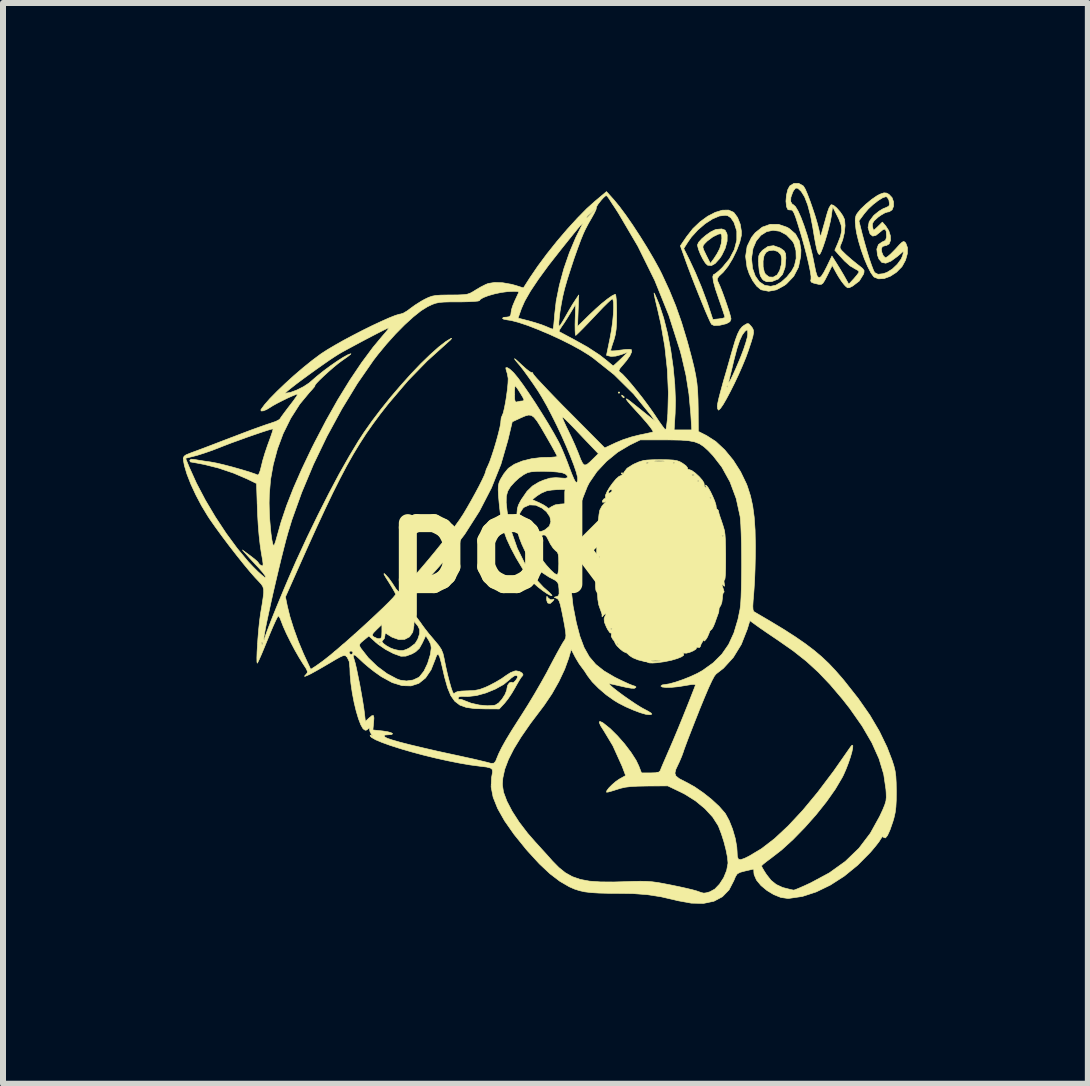
<source format=kicad_pcb>
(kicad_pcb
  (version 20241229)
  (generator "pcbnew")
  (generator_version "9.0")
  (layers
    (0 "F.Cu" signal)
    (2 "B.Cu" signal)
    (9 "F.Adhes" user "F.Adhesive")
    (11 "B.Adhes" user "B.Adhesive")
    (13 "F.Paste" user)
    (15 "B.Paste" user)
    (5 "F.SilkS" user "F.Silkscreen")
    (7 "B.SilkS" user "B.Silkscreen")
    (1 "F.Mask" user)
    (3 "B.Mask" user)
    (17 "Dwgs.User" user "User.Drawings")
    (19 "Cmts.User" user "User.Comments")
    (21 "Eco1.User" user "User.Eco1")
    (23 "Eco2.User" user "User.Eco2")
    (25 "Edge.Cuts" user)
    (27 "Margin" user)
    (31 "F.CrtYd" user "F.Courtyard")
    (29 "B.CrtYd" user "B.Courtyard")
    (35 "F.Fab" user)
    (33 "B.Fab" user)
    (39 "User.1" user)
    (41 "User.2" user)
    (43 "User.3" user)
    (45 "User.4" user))
  (footprint "poke"
    (layer "F.Cu")
    (at 6.031 5.993)
    (property "Reference" "poke" (at 0 0 0) (layer "F.SilkS") (effects (font (size 1.524 1.524) (thickness 0.3))))
    (attr through_hole)
    (fp_poly (pts (xy 1.245 -2.502) (xy 1.232 -2.489) (xy 1.219 -2.502) (xy 1.232 -2.515) (xy 1.245 -2.502)) (stroke (width 0.01) (type solid)) (fill yes) (layer "F.SilkS"))
    (fp_poly (pts (xy 1.295 -1.156) (xy 1.283 -1.143) (xy 1.27 -1.156) (xy 1.283 -1.168) (xy 1.295 -1.156)) (stroke (width 0.01) (type solid)) (fill yes) (layer "F.SilkS"))
    (fp_poly (pts (xy 1.291 -2.454) (xy 1.319 -2.43) (xy 1.321 -2.424) (xy 1.309 -2.414) (xy 1.284 -2.437) (xy 1.28 -2.442) (xy 1.277 -2.46) (xy 1.291 -2.454)) (stroke (width 0.01) (type solid)) (fill yes) (layer "F.SilkS"))
    (fp_poly (pts (xy 0.044 0.905) (xy 0.052 0.92) (xy 0.093 0.95) (xy 0.121 0.947) (xy 0.15 0.939) (xy 0.142 0.959) (xy 0.13 0.973) (xy 0.086 1.012) (xy 0.05 1.006) (xy 0.042 0.999) (xy 0.029 0.962) (xy 0.026 0.929) (xy 0.03 0.893) (xy 0.044 0.905)) (stroke (width 0.01) (type solid)) (fill yes) (layer "F.SilkS"))
    (fp_poly (pts (xy 3.911 -4.914) (xy 3.931 -4.902) (xy 3.984 -4.863) (xy 4.008 -4.817) (xy 4.013 -4.744) (xy 4.013 -4.744) (xy 3.999 -4.587) (xy 3.957 -4.471) (xy 3.886 -4.394) (xy 3.785 -4.354) (xy 3.767 -4.351) (xy 3.693 -4.349) (xy 3.643 -4.372) (xy 3.62 -4.394) (xy 3.588 -4.446) (xy 3.569 -4.527) (xy 3.56 -4.624) (xy 3.557 -4.693) (xy 3.633 -4.693) (xy 3.634 -4.597) (xy 3.653 -4.512) (xy 3.672 -4.476) (xy 3.731 -4.429) (xy 3.802 -4.425) (xy 3.867 -4.463) (xy 3.868 -4.464) (xy 3.91 -4.536) (xy 3.936 -4.632) (xy 3.944 -4.728) (xy 3.929 -4.8) (xy 3.879 -4.852) (xy 3.806 -4.875) (xy 3.728 -4.865) (xy 3.681 -4.837) (xy 3.648 -4.779) (xy 3.633 -4.693) (xy 3.557 -4.693) (xy 3.556 -4.718) (xy 3.561 -4.778) (xy 3.579 -4.82) (xy 3.613 -4.862) (xy 3.627 -4.876) (xy 3.715 -4.937) (xy 3.808 -4.95) (xy 3.911 -4.914)) (stroke (width 0.01) (type solid)) (fill yes) (layer "F.SilkS"))
    (fp_poly (pts (xy 2.999 -5.209) (xy 3.028 -5.156) (xy 3.035 -5.126) (xy 3.034 -5.025) (xy 3.002 -4.907) (xy 2.945 -4.789) (xy 2.907 -4.733) (xy 2.835 -4.653) (xy 2.773 -4.618) (xy 2.712 -4.624) (xy 2.705 -4.627) (xy 2.671 -4.661) (xy 2.629 -4.728) (xy 2.588 -4.81) (xy 2.556 -4.891) (xy 2.548 -4.924) (xy 2.63 -4.924) (xy 2.643 -4.88) (xy 2.678 -4.807) (xy 2.684 -4.794) (xy 2.755 -4.654) (xy 2.814 -4.734) (xy 2.865 -4.813) (xy 2.908 -4.895) (xy 2.91 -4.899) (xy 2.936 -4.985) (xy 2.946 -5.072) (xy 2.946 -5.072) (xy 2.943 -5.13) (xy 2.926 -5.149) (xy 2.889 -5.142) (xy 2.798 -5.098) (xy 2.704 -5.028) (xy 2.66 -4.984) (xy 2.636 -4.954) (xy 2.63 -4.924) (xy 2.548 -4.924) (xy 2.54 -4.955) (xy 2.54 -4.963) (xy 2.56 -5.007) (xy 2.612 -5.065) (xy 2.683 -5.125) (xy 2.76 -5.179) (xy 2.831 -5.214) (xy 2.855 -5.221) (xy 2.944 -5.229) (xy 2.999 -5.209)) (stroke (width 0.01) (type solid)) (fill yes) (layer "F.SilkS"))
    (fp_poly (pts (xy 3.892 -5.305) (xy 4.033 -5.256) (xy 4.069 -5.235) (xy 4.174 -5.144) (xy 4.238 -5.027) (xy 4.264 -4.881) (xy 4.26 -4.774) (xy 4.223 -4.592) (xy 4.144 -4.44) (xy 4.023 -4.313) (xy 3.987 -4.286) (xy 3.854 -4.214) (xy 3.726 -4.19) (xy 3.609 -4.213) (xy 3.594 -4.219) (xy 3.528 -4.274) (xy 3.461 -4.365) (xy 3.403 -4.479) (xy 3.365 -4.592) (xy 3.348 -4.724) (xy 3.442 -4.724) (xy 3.458 -4.571) (xy 3.503 -4.444) (xy 3.571 -4.348) (xy 3.658 -4.29) (xy 3.759 -4.273) (xy 3.845 -4.291) (xy 3.936 -4.344) (xy 4.029 -4.428) (xy 4.108 -4.526) (xy 4.155 -4.611) (xy 4.184 -4.737) (xy 4.181 -4.867) (xy 4.148 -4.981) (xy 4.122 -5.026) (xy 4.02 -5.131) (xy 3.91 -5.19) (xy 3.798 -5.206) (xy 3.692 -5.183) (xy 3.596 -5.122) (xy 3.518 -5.027) (xy 3.465 -4.902) (xy 3.442 -4.748) (xy 3.442 -4.724) (xy 3.348 -4.724) (xy 3.342 -4.772) (xy 3.367 -4.938) (xy 3.441 -5.089) (xy 3.502 -5.165) (xy 3.62 -5.259) (xy 3.752 -5.306) (xy 3.892 -5.305)) (stroke (width 0.01) (type solid)) (fill yes) (layer "F.SilkS"))
    (fp_poly (pts (xy 3.396 -3.648) (xy 3.432 -3.609) (xy 3.432 -3.609) (xy 3.458 -3.575) (xy 3.472 -3.541) (xy 3.474 -3.499) (xy 3.463 -3.439) (xy 3.437 -3.351) (xy 3.395 -3.225) (xy 3.391 -3.211) (xy 3.346 -3.087) (xy 3.289 -2.949) (xy 3.225 -2.803) (xy 3.157 -2.659) (xy 3.089 -2.523) (xy 3.025 -2.402) (xy 2.969 -2.305) (xy 2.923 -2.238) (xy 2.893 -2.21) (xy 2.89 -2.21) (xy 2.875 -2.232) (xy 2.87 -2.275) (xy 2.877 -2.323) (xy 2.896 -2.408) (xy 2.925 -2.52) (xy 2.948 -2.603) (xy 3.023 -2.603) (xy 3.035 -2.591) (xy 3.048 -2.603) (xy 3.035 -2.616) (xy 3.023 -2.603) (xy 2.948 -2.603) (xy 2.96 -2.648) (xy 2.965 -2.665) (xy 3.058 -2.665) (xy 3.071 -2.679) (xy 3.098 -2.728) (xy 3.135 -2.805) (xy 3.181 -2.907) (xy 3.231 -3.025) (xy 3.266 -3.11) (xy 3.311 -3.229) (xy 3.347 -3.339) (xy 3.371 -3.427) (xy 3.378 -3.476) (xy 3.376 -3.533) (xy 3.365 -3.547) (xy 3.336 -3.526) (xy 3.33 -3.521) (xy 3.287 -3.464) (xy 3.243 -3.37) (xy 3.198 -3.235) (xy 3.15 -3.054) (xy 3.138 -3.004) (xy 3.111 -2.891) (xy 3.086 -2.791) (xy 3.068 -2.717) (xy 3.062 -2.692) (xy 3.058 -2.665) (xy 2.965 -2.665) (xy 2.971 -2.688) (xy 3.014 -2.834) (xy 3.056 -2.981) (xy 3.094 -3.115) (xy 3.123 -3.217) (xy 3.126 -3.226) (xy 3.169 -3.371) (xy 3.207 -3.475) (xy 3.243 -3.547) (xy 3.282 -3.596) (xy 3.317 -3.623) (xy 3.366 -3.651) (xy 3.396 -3.648)) (stroke (width 0.01) (type solid)) (fill yes) (layer "F.SilkS"))
    (fp_poly (pts (xy 3.14 -5.507) (xy 3.147 -5.501) (xy 3.208 -5.419) (xy 3.252 -5.308) (xy 3.272 -5.188) (xy 3.271 -5.12) (xy 3.244 -5.005) (xy 3.192 -4.87) (xy 3.124 -4.731) (xy 3.048 -4.606) (xy 2.971 -4.51) (xy 2.959 -4.498) (xy 2.899 -4.442) (xy 2.872 -4.404) (xy 2.871 -4.372) (xy 2.89 -4.33) (xy 2.891 -4.328) (xy 2.919 -4.266) (xy 2.955 -4.175) (xy 2.994 -4.068) (xy 3.032 -3.958) (xy 3.066 -3.856) (xy 3.089 -3.776) (xy 3.099 -3.73) (xy 3.099 -3.728) (xy 3.08 -3.683) (xy 3.022 -3.65) (xy 2.918 -3.625) (xy 2.905 -3.623) (xy 2.818 -3.619) (xy 2.775 -3.639) (xy 2.754 -3.677) (xy 2.719 -3.754) (xy 2.672 -3.862) (xy 2.618 -3.994) (xy 2.558 -4.141) (xy 2.497 -4.294) (xy 2.438 -4.446) (xy 2.384 -4.589) (xy 2.361 -4.651) (xy 2.271 -4.902) (xy 2.311 -4.902) (xy 2.399 -4.727) (xy 2.504 -4.503) (xy 2.608 -4.255) (xy 2.701 -4.006) (xy 2.729 -3.924) (xy 2.796 -3.72) (xy 2.896 -3.73) (xy 2.96 -3.74) (xy 2.995 -3.753) (xy 2.997 -3.758) (xy 2.989 -3.787) (xy 2.967 -3.855) (xy 2.935 -3.95) (xy 2.896 -4.061) (xy 2.839 -4.229) (xy 2.805 -4.353) (xy 2.795 -4.432) (xy 2.806 -4.468) (xy 2.815 -4.47) (xy 2.843 -4.487) (xy 2.895 -4.53) (xy 2.954 -4.586) (xy 3.073 -4.73) (xy 3.154 -4.884) (xy 3.195 -5.041) (xy 3.195 -5.193) (xy 3.15 -5.333) (xy 3.142 -5.347) (xy 3.095 -5.415) (xy 3.046 -5.448) (xy 3.005 -5.456) (xy 2.905 -5.444) (xy 2.79 -5.395) (xy 2.667 -5.316) (xy 2.547 -5.213) (xy 2.438 -5.093) (xy 2.377 -5.006) (xy 2.311 -4.902) (xy 2.271 -4.902) (xy 2.255 -4.947) (xy 2.359 -5.1) (xy 2.464 -5.234) (xy 2.584 -5.348) (xy 2.71 -5.44) (xy 2.836 -5.505) (xy 2.955 -5.541) (xy 3.058 -5.543) (xy 3.14 -5.507)) (stroke (width 0.01) (type solid)) (fill yes) (layer "F.SilkS"))
    (fp_poly (pts (xy 5.691 -5.826) (xy 5.73 -5.805) (xy 5.782 -5.75) (xy 5.807 -5.679) (xy 5.807 -5.607) (xy 5.783 -5.547) (xy 5.734 -5.514) (xy 5.712 -5.512) (xy 5.662 -5.496) (xy 5.593 -5.456) (xy 5.549 -5.424) (xy 5.485 -5.366) (xy 5.456 -5.321) (xy 5.454 -5.276) (xy 5.455 -5.272) (xy 5.467 -5.223) (xy 5.476 -5.207) (xy 5.497 -5.223) (xy 5.54 -5.263) (xy 5.552 -5.275) (xy 5.621 -5.343) (xy 5.679 -5.275) (xy 5.728 -5.198) (xy 5.754 -5.114) (xy 5.756 -5.038) (xy 5.734 -4.98) (xy 5.689 -4.953) (xy 5.68 -4.953) (xy 5.634 -4.94) (xy 5.619 -4.932) (xy 5.604 -4.896) (xy 5.611 -4.841) (xy 5.634 -4.785) (xy 5.666 -4.752) (xy 5.677 -4.75) (xy 5.709 -4.768) (xy 5.763 -4.815) (xy 5.829 -4.882) (xy 5.842 -4.896) (xy 5.908 -4.969) (xy 5.95 -5.008) (xy 5.976 -5.02) (xy 5.996 -5.009) (xy 6.011 -4.991) (xy 6.039 -4.916) (xy 6.037 -4.817) (xy 6.007 -4.71) (xy 5.953 -4.61) (xy 5.942 -4.595) (xy 5.853 -4.505) (xy 5.752 -4.44) (xy 5.65 -4.402) (xy 5.557 -4.397) (xy 5.484 -4.426) (xy 5.475 -4.434) (xy 5.428 -4.5) (xy 5.375 -4.604) (xy 5.32 -4.733) (xy 5.269 -4.876) (xy 5.225 -5.022) (xy 5.192 -5.157) (xy 5.18 -5.23) (xy 5.169 -5.332) (xy 5.169 -5.363) (xy 5.23 -5.363) (xy 5.283 -5.151) (xy 5.322 -5.007) (xy 5.363 -4.864) (xy 5.403 -4.732) (xy 5.441 -4.621) (xy 5.472 -4.541) (xy 5.492 -4.502) (xy 5.548 -4.473) (xy 5.635 -4.483) (xy 5.697 -4.505) (xy 5.786 -4.56) (xy 5.87 -4.64) (xy 5.934 -4.728) (xy 5.959 -4.787) (xy 5.977 -4.862) (xy 5.87 -4.77) (xy 5.763 -4.692) (xy 5.678 -4.658) (xy 5.612 -4.67) (xy 5.563 -4.728) (xy 5.539 -4.793) (xy 5.528 -4.893) (xy 5.555 -4.968) (xy 5.615 -5.011) (xy 5.624 -5.014) (xy 5.673 -5.038) (xy 5.689 -5.089) (xy 5.69 -5.104) (xy 5.685 -5.188) (xy 5.667 -5.225) (xy 5.632 -5.218) (xy 5.585 -5.179) (xy 5.514 -5.122) (xy 5.46 -5.109) (xy 5.419 -5.142) (xy 5.411 -5.155) (xy 5.382 -5.253) (xy 5.401 -5.35) (xy 5.471 -5.446) (xy 5.493 -5.467) (xy 5.565 -5.525) (xy 5.635 -5.567) (xy 5.67 -5.58) (xy 5.727 -5.607) (xy 5.74 -5.64) (xy 5.729 -5.712) (xy 5.7 -5.758) (xy 5.679 -5.766) (xy 5.625 -5.748) (xy 5.551 -5.702) (xy 5.467 -5.637) (xy 5.387 -5.563) (xy 5.323 -5.488) (xy 5.321 -5.486) (xy 5.23 -5.363) (xy 5.169 -5.363) (xy 5.169 -5.4) (xy 5.18 -5.448) (xy 5.201 -5.487) (xy 5.26 -5.559) (xy 5.346 -5.641) (xy 5.443 -5.721) (xy 5.535 -5.784) (xy 5.584 -5.809) (xy 5.647 -5.83) (xy 5.691 -5.826)) (stroke (width 0.01) (type solid)) (fill yes) (layer "F.SilkS"))
    (fp_poly (pts (xy 4.299 -5.948) (xy 4.309 -5.937) (xy 4.336 -5.892) (xy 4.372 -5.808) (xy 4.414 -5.698) (xy 4.458 -5.572) (xy 4.501 -5.442) (xy 4.538 -5.317) (xy 4.565 -5.21) (xy 4.568 -5.194) (xy 4.59 -5.093) (xy 4.632 -5.245) (xy 4.662 -5.35) (xy 4.691 -5.455) (xy 4.707 -5.51) (xy 4.732 -5.579) (xy 4.76 -5.625) (xy 4.77 -5.633) (xy 4.807 -5.622) (xy 4.859 -5.579) (xy 4.914 -5.517) (xy 4.961 -5.449) (xy 4.99 -5.387) (xy 4.992 -5.379) (xy 4.999 -5.281) (xy 4.987 -5.162) (xy 4.959 -5.045) (xy 4.936 -4.987) (xy 4.917 -4.942) (xy 4.916 -4.909) (xy 4.939 -4.873) (xy 4.991 -4.822) (xy 5.017 -4.797) (xy 5.1 -4.724) (xy 5.186 -4.653) (xy 5.234 -4.616) (xy 5.292 -4.569) (xy 5.316 -4.535) (xy 5.313 -4.497) (xy 5.306 -4.475) (xy 5.236 -4.361) (xy 5.127 -4.278) (xy 5.126 -4.277) (xy 5.071 -4.25) (xy 5.04 -4.248) (xy 5.008 -4.274) (xy 4.984 -4.3) (xy 4.941 -4.355) (xy 4.889 -4.434) (xy 4.857 -4.489) (xy 4.785 -4.621) (xy 4.704 -4.456) (xy 4.66 -4.371) (xy 4.629 -4.323) (xy 4.601 -4.304) (xy 4.567 -4.304) (xy 4.553 -4.307) (xy 4.474 -4.326) (xy 4.436 -4.343) (xy 4.426 -4.366) (xy 4.432 -4.394) (xy 4.432 -4.44) (xy 4.419 -4.526) (xy 4.394 -4.645) (xy 4.36 -4.789) (xy 4.318 -4.95) (xy 4.27 -5.121) (xy 4.218 -5.292) (xy 4.212 -5.312) (xy 4.176 -5.424) (xy 4.148 -5.495) (xy 4.125 -5.533) (xy 4.103 -5.546) (xy 4.088 -5.544) (xy 4.048 -5.549) (xy 4.025 -5.596) (xy 4.024 -5.6) (xy 4.015 -5.684) (xy 4.093 -5.684) (xy 4.12 -5.64) (xy 4.136 -5.633) (xy 4.172 -5.601) (xy 4.216 -5.527) (xy 4.265 -5.418) (xy 4.316 -5.282) (xy 4.367 -5.128) (xy 4.414 -4.961) (xy 4.456 -4.79) (xy 4.485 -4.645) (xy 4.511 -4.518) (xy 4.536 -4.441) (xy 4.565 -4.414) (xy 4.6 -4.435) (xy 4.645 -4.504) (xy 4.695 -4.601) (xy 4.78 -4.778) (xy 4.865 -4.643) (xy 4.922 -4.551) (xy 4.977 -4.458) (xy 5.005 -4.408) (xy 5.061 -4.308) (xy 5.147 -4.401) (xy 5.196 -4.459) (xy 5.227 -4.502) (xy 5.232 -4.515) (xy 5.212 -4.538) (xy 5.163 -4.565) (xy 5.082 -4.613) (xy 4.991 -4.694) (xy 4.897 -4.796) (xy 4.828 -4.874) (xy 4.876 -4.984) (xy 4.923 -5.106) (xy 4.943 -5.203) (xy 4.934 -5.292) (xy 4.897 -5.391) (xy 4.874 -5.438) (xy 4.791 -5.601) (xy 4.771 -5.448) (xy 4.756 -5.364) (xy 4.731 -5.26) (xy 4.701 -5.146) (xy 4.667 -5.033) (xy 4.633 -4.932) (xy 4.603 -4.854) (xy 4.579 -4.808) (xy 4.571 -4.801) (xy 4.553 -4.817) (xy 4.533 -4.869) (xy 4.512 -4.961) (xy 4.487 -5.096) (xy 4.462 -5.249) (xy 4.423 -5.455) (xy 4.377 -5.628) (xy 4.325 -5.763) (xy 4.269 -5.853) (xy 4.263 -5.859) (xy 4.212 -5.906) (xy 4.176 -5.91) (xy 4.143 -5.87) (xy 4.128 -5.843) (xy 4.096 -5.755) (xy 4.093 -5.684) (xy 4.015 -5.684) (xy 4.014 -5.69) (xy 4.023 -5.792) (xy 4.045 -5.884) (xy 4.078 -5.945) (xy 4.146 -5.987) (xy 4.226 -5.988) (xy 4.299 -5.948)) (stroke (width 0.01) (type solid)) (fill yes) (layer "F.SilkS"))
    (fp_poly (pts (xy 2.045 -1.383) (xy 2.134 -1.378) (xy 2.197 -1.368) (xy 2.247 -1.35) (xy 2.292 -1.324) (xy 2.347 -1.284) (xy 2.373 -1.251) (xy 2.373 -1.242) (xy 2.381 -1.223) (xy 2.404 -1.219) (xy 2.447 -1.202) (xy 2.505 -1.16) (xy 2.566 -1.104) (xy 2.617 -1.046) (xy 2.648 -0.998) (xy 2.651 -0.977) (xy 2.657 -0.937) (xy 2.669 -0.926) (xy 2.688 -0.921) (xy 2.68 -0.94) (xy 2.673 -0.961) (xy 2.688 -0.955) (xy 2.717 -0.92) (xy 2.756 -0.853) (xy 2.795 -0.771) (xy 2.829 -0.69) (xy 2.849 -0.626) (xy 2.851 -0.603) (xy 2.858 -0.566) (xy 2.868 -0.559) (xy 2.887 -0.539) (xy 2.89 -0.527) (xy 2.899 -0.486) (xy 2.921 -0.417) (xy 2.934 -0.381) (xy 2.963 -0.294) (xy 2.987 -0.213) (xy 2.992 -0.191) (xy 2.999 -0.134) (xy 3.005 -0.045) (xy 3.008 0.065) (xy 3.01 0.187) (xy 3.01 0.31) (xy 3.009 0.425) (xy 3.006 0.521) (xy 3 0.589) (xy 2.994 0.619) (xy 2.992 0.619) (xy 2.981 0.63) (xy 2.985 0.675) (xy 2.986 0.677) (xy 2.993 0.722) (xy 2.983 0.723) (xy 2.974 0.711) (xy 2.951 0.687) (xy 2.95 0.707) (xy 2.969 0.767) (xy 2.972 0.774) (xy 2.984 0.818) (xy 2.978 0.829) (xy 2.978 0.829) (xy 2.965 0.844) (xy 2.957 0.894) (xy 2.956 0.916) (xy 2.947 0.99) (xy 2.928 1.045) (xy 2.923 1.051) (xy 2.9 1.092) (xy 2.899 1.109) (xy 2.895 1.15) (xy 2.89 1.168) (xy 2.873 1.214) (xy 2.847 1.286) (xy 2.833 1.327) (xy 2.805 1.396) (xy 2.779 1.44) (xy 2.769 1.448) (xy 2.748 1.469) (xy 2.734 1.505) (xy 2.706 1.571) (xy 2.679 1.613) (xy 2.655 1.638) (xy 2.654 1.626) (xy 2.654 1.613) (xy 2.631 1.637) (xy 2.6 1.689) (xy 2.591 1.722) (xy 2.574 1.746) (xy 2.551 1.743) (xy 2.524 1.74) (xy 2.525 1.749) (xy 2.515 1.772) (xy 2.472 1.8) (xy 2.413 1.825) (xy 2.355 1.84) (xy 2.318 1.838) (xy 2.291 1.833) (xy 2.307 1.848) (xy 2.312 1.872) (xy 2.275 1.9) (xy 2.204 1.929) (xy 2.106 1.958) (xy 1.99 1.982) (xy 1.867 1.999) (xy 1.792 2.004) (xy 1.74 2.002) (xy 1.727 1.999) (xy 1.695 1.986) (xy 1.638 1.974) (xy 1.619 1.969) (xy 1.767 1.969) (xy 1.795 1.973) (xy 1.841 1.974) (xy 1.902 1.972) (xy 1.924 1.968) (xy 1.912 1.963) (xy 1.842 1.959) (xy 1.785 1.963) (xy 1.767 1.969) (xy 1.619 1.969) (xy 1.548 1.951) (xy 1.463 1.916) (xy 1.403 1.877) (xy 1.389 1.861) (xy 1.354 1.832) (xy 1.34 1.829) (xy 1.304 1.812) (xy 1.253 1.772) (xy 1.203 1.723) (xy 1.178 1.689) (xy 1.194 1.689) (xy 1.206 1.702) (xy 1.219 1.689) (xy 1.206 1.676) (xy 1.194 1.689) (xy 1.178 1.689) (xy 1.172 1.682) (xy 1.168 1.67) (xy 1.152 1.636) (xy 1.129 1.608) (xy 1.103 1.56) (xy 1.105 1.528) (xy 1.109 1.503) (xy 1.101 1.507) (xy 1.08 1.498) (xy 1.048 1.452) (xy 1.039 1.435) (xy 1.092 1.435) (xy 1.105 1.448) (xy 1.118 1.435) (xy 1.105 1.422) (xy 1.092 1.435) (xy 1.039 1.435) (xy 1.024 1.408) (xy 0.989 1.323) (xy 0.984 1.266) (xy 0.991 1.243) (xy 1.014 1.192) (xy 1.01 1.176) (xy 0.981 1.202) (xy 0.976 1.208) (xy 0.951 1.235) (xy 0.95 1.229) (xy 0.949 1.189) (xy 0.928 1.128) (xy 0.923 1.116) (xy 0.895 1.035) (xy 0.879 0.94) (xy 0.879 0.923) (xy 0.873 0.856) (xy 0.863 0.817) (xy 0.857 0.813) (xy 0.847 0.79) (xy 0.841 0.731) (xy 0.841 0.679) (xy 0.844 0.608) (xy 0.85 0.582) (xy 0.86 0.599) (xy 0.864 0.61) (xy 0.884 0.673) (xy 0.886 0.609) (xy 0.881 0.537) (xy 0.868 0.47) (xy 0.861 0.414) (xy 0.858 0.319) (xy 0.858 0.279) (xy 0.895 0.279) (xy 0.898 0.326) (xy 0.904 0.331) (xy 0.907 0.324) (xy 0.91 0.259) (xy 0.907 0.235) (xy 0.899 0.227) (xy 0.895 0.262) (xy 0.895 0.279) (xy 0.858 0.279) (xy 0.859 0.195) (xy 0.863 0.053) (xy 0.869 -0.095) (xy 0.87 -0.114) (xy 2.946 -0.114) (xy 2.959 -0.102) (xy 2.972 -0.114) (xy 2.959 -0.127) (xy 2.946 -0.114) (xy 0.87 -0.114) (xy 0.875 -0.203) (xy 0.896 -0.203) (xy 0.898 -0.148) (xy 0.903 -0.133) (xy 0.907 -0.146) (xy 0.911 -0.22) (xy 0.907 -0.26) (xy 0.901 -0.272) (xy 0.897 -0.24) (xy 0.896 -0.203) (xy 0.875 -0.203) (xy 0.878 -0.239) (xy 0.888 -0.367) (xy 0.899 -0.47) (xy 0.911 -0.535) (xy 0.913 -0.544) (xy 0.948 -0.61) (xy 0.985 -0.654) (xy 1.015 -0.68) (xy 1.004 -0.682) (xy 0.986 -0.676) (xy 0.955 -0.676) (xy 0.957 -0.7) (xy 0.984 -0.733) (xy 0.998 -0.737) (xy 1.012 -0.747) (xy 1.011 -0.749) (xy 2.743 -0.749) (xy 2.756 -0.737) (xy 2.769 -0.749) (xy 2.756 -0.762) (xy 2.743 -0.749) (xy 1.011 -0.749) (xy 1.008 -0.753) (xy 1.006 -0.788) (xy 1.031 -0.847) (xy 1.034 -0.852) (xy 1.058 -0.852) (xy 1.059 -0.826) (xy 1.081 -0.83) (xy 1.114 -0.855) (xy 1.118 -0.866) (xy 1.104 -0.888) (xy 1.076 -0.878) (xy 1.058 -0.852) (xy 1.034 -0.852) (xy 1.074 -0.921) (xy 1.128 -0.996) (xy 1.156 -1.029) (xy 2.54 -1.029) (xy 2.553 -1.016) (xy 2.565 -1.029) (xy 2.553 -1.041) (xy 2.54 -1.029) (xy 1.156 -1.029) (xy 1.183 -1.062) (xy 1.233 -1.106) (xy 1.263 -1.118) (xy 1.289 -1.135) (xy 2.447 -1.135) (xy 2.45 -1.119) (xy 2.464 -1.118) (xy 2.485 -1.127) (xy 2.481 -1.135) (xy 2.451 -1.138) (xy 2.447 -1.135) (xy 1.289 -1.135) (xy 1.296 -1.139) (xy 1.321 -1.182) (xy 1.367 -1.241) (xy 1.462 -1.301) (xy 1.492 -1.316) (xy 1.543 -1.338) (xy 1.685 -1.338) (xy 1.688 -1.323) (xy 1.702 -1.321) (xy 1.723 -1.33) (xy 1.721 -1.333) (xy 2.134 -1.333) (xy 2.146 -1.321) (xy 2.159 -1.333) (xy 2.146 -1.346) (xy 2.134 -1.333) (xy 1.721 -1.333) (xy 1.719 -1.338) (xy 1.689 -1.341) (xy 1.685 -1.338) (xy 1.543 -1.338) (xy 1.563 -1.347) (xy 1.602 -1.359) (xy 1.819 -1.359) (xy 1.848 -1.355) (xy 1.905 -1.354) (xy 1.968 -1.355) (xy 1.991 -1.359) (xy 1.975 -1.364) (xy 1.893 -1.369) (xy 1.835 -1.364) (xy 1.819 -1.359) (xy 1.602 -1.359) (xy 1.628 -1.367) (xy 1.7 -1.378) (xy 1.794 -1.383) (xy 1.918 -1.384) (xy 2.045 -1.383)) (stroke (width 0.01) (type solid)) (fill yes) (layer "F.SilkS"))
    (fp_poly (pts (xy 1.148 -5.713) (xy 1.238 -5.604) (xy 1.345 -5.46) (xy 1.462 -5.291) (xy 1.582 -5.107) (xy 1.7 -4.918) (xy 1.808 -4.734) (xy 1.901 -4.566) (xy 1.943 -4.483) (xy 2.07 -4.209) (xy 2.178 -3.946) (xy 2.273 -3.676) (xy 2.363 -3.379) (xy 2.387 -3.294) (xy 2.441 -3.092) (xy 2.482 -2.927) (xy 2.511 -2.787) (xy 2.531 -2.659) (xy 2.543 -2.531) (xy 2.549 -2.391) (xy 2.552 -2.229) (xy 2.554 -1.855) (xy 2.691 -1.786) (xy 2.844 -1.688) (xy 2.994 -1.548) (xy 3.135 -1.377) (xy 3.258 -1.184) (xy 3.357 -0.979) (xy 3.373 -0.937) (xy 3.423 -0.781) (xy 3.46 -0.614) (xy 3.485 -0.427) (xy 3.5 -0.211) (xy 3.505 0.045) (xy 3.505 0.085) (xy 3.503 0.261) (xy 3.499 0.444) (xy 3.492 0.618) (xy 3.483 0.768) (xy 3.478 0.838) (xy 3.467 0.968) (xy 3.462 1.057) (xy 3.465 1.111) (xy 3.474 1.14) (xy 3.484 1.15) (xy 3.75 1.306) (xy 3.977 1.443) (xy 4.17 1.567) (xy 4.335 1.681) (xy 4.479 1.79) (xy 4.607 1.898) (xy 4.726 2.01) (xy 4.84 2.131) (xy 4.956 2.264) (xy 4.985 2.299) (xy 5.218 2.594) (xy 5.412 2.872) (xy 5.57 3.14) (xy 5.698 3.405) (xy 5.783 3.626) (xy 5.813 3.719) (xy 5.833 3.803) (xy 5.845 3.892) (xy 5.851 4.002) (xy 5.853 4.14) (xy 5.852 4.289) (xy 5.846 4.402) (xy 5.834 4.496) (xy 5.814 4.585) (xy 5.795 4.649) (xy 5.747 4.787) (xy 5.706 4.877) (xy 5.672 4.918) (xy 5.644 4.911) (xy 5.642 4.908) (xy 5.621 4.896) (xy 5.597 4.93) (xy 5.595 4.933) (xy 5.567 4.978) (xy 5.513 5.048) (xy 5.445 5.13) (xy 5.416 5.163) (xy 5.208 5.373) (xy 4.985 5.555) (xy 4.753 5.704) (xy 4.518 5.818) (xy 4.288 5.893) (xy 4.069 5.925) (xy 4.043 5.926) (xy 3.93 5.91) (xy 3.812 5.863) (xy 3.698 5.794) (xy 3.598 5.711) (xy 3.523 5.62) (xy 3.484 5.53) (xy 3.48 5.497) (xy 3.478 5.451) (xy 3.473 5.437) (xy 3.447 5.443) (xy 3.387 5.457) (xy 3.33 5.47) (xy 3.251 5.491) (xy 3.204 5.516) (xy 3.174 5.561) (xy 3.146 5.629) (xy 3.066 5.784) (xy 2.955 5.898) (xy 2.814 5.973) (xy 2.641 6.009) (xy 2.437 6.005) (xy 2.201 5.962) (xy 2.172 5.954) (xy 1.93 5.898) (xy 1.701 5.863) (xy 1.462 5.845) (xy 1.274 5.842) (xy 1.066 5.841) (xy 0.899 5.837) (xy 0.767 5.829) (xy 0.66 5.816) (xy 0.571 5.796) (xy 0.491 5.77) (xy 0.411 5.735) (xy 0.404 5.732) (xy 0.246 5.64) (xy 0.082 5.515) (xy -0.093 5.351) (xy -0.282 5.145) (xy -0.313 5.11) (xy -0.515 4.86) (xy -0.674 4.633) (xy -0.79 4.427) (xy -0.865 4.239) (xy -0.898 4.068) (xy -0.896 4.029) (xy -0.711 4.029) (xy -0.692 4.155) (xy -0.636 4.305) (xy -0.548 4.474) (xy -0.432 4.654) (xy -0.29 4.84) (xy -0.165 4.983) (xy -0.087 5.069) (xy 0.008 5.173) (xy 0.101 5.277) (xy 0.122 5.301) (xy 0.23 5.411) (xy 0.338 5.498) (xy 0.454 5.563) (xy 0.586 5.609) (xy 0.741 5.638) (xy 0.926 5.651) (xy 1.15 5.652) (xy 1.295 5.648) (xy 1.461 5.642) (xy 1.59 5.64) (xy 1.694 5.642) (xy 1.788 5.649) (xy 1.885 5.662) (xy 1.998 5.683) (xy 2.096 5.702) (xy 2.232 5.73) (xy 2.358 5.758) (xy 2.461 5.783) (xy 2.529 5.802) (xy 2.54 5.806) (xy 2.605 5.829) (xy 2.645 5.838) (xy 2.685 5.833) (xy 2.746 5.816) (xy 2.829 5.77) (xy 2.908 5.687) (xy 2.977 5.58) (xy 3.026 5.46) (xy 3.048 5.343) (xy 3.048 5.326) (xy 3.039 5.236) (xy 3.015 5.115) (xy 2.98 4.98) (xy 2.938 4.849) (xy 2.895 4.737) (xy 2.883 4.71) (xy 2.793 4.57) (xy 2.664 4.43) (xy 2.506 4.3) (xy 2.329 4.189) (xy 2.268 4.158) (xy 2.045 4.051) (xy 1.702 4.053) (xy 1.548 4.056) (xy 1.431 4.062) (xy 1.339 4.073) (xy 1.259 4.091) (xy 1.196 4.111) (xy 1.113 4.137) (xy 1.051 4.154) (xy 1.024 4.156) (xy 1.024 4.156) (xy 1.03 4.13) (xy 1.065 4.084) (xy 1.12 4.029) (xy 1.183 3.975) (xy 1.244 3.934) (xy 1.245 3.934) (xy 1.343 3.879) (xy 1.328 3.839) (xy 2.164 3.839) (xy 2.181 3.886) (xy 2.234 3.929) (xy 2.328 3.978) (xy 2.357 3.992) (xy 2.492 4.067) (xy 2.636 4.166) (xy 2.777 4.278) (xy 2.9 4.392) (xy 2.993 4.498) (xy 3.006 4.515) (xy 3.067 4.627) (xy 3.124 4.77) (xy 3.169 4.924) (xy 3.195 5.069) (xy 3.2 5.144) (xy 3.204 5.227) (xy 3.221 5.271) (xy 3.258 5.281) (xy 3.325 5.258) (xy 3.398 5.222) (xy 3.606 5.098) (xy 3.824 4.93) (xy 4.052 4.717) (xy 4.292 4.46) (xy 4.543 4.157) (xy 4.808 3.806) (xy 5.086 3.408) (xy 5.088 3.404) (xy 5.116 3.372) (xy 5.128 3.381) (xy 5.126 3.422) (xy 5.112 3.489) (xy 5.087 3.575) (xy 5.054 3.672) (xy 5.015 3.773) (xy 4.972 3.871) (xy 4.951 3.912) (xy 4.837 4.105) (xy 4.689 4.315) (xy 4.517 4.531) (xy 4.328 4.744) (xy 4.133 4.944) (xy 3.941 5.119) (xy 3.764 5.256) (xy 3.689 5.312) (xy 3.633 5.357) (xy 3.607 5.383) (xy 3.607 5.386) (xy 3.62 5.415) (xy 3.654 5.473) (xy 3.689 5.527) (xy 3.766 5.625) (xy 3.852 5.694) (xy 3.959 5.744) (xy 4.101 5.78) (xy 4.144 5.788) (xy 4.172 5.779) (xy 4.236 5.753) (xy 4.327 5.713) (xy 4.428 5.666) (xy 4.737 5.5) (xy 5.003 5.309) (xy 5.23 5.09) (xy 5.42 4.84) (xy 5.576 4.558) (xy 5.628 4.446) (xy 5.661 4.365) (xy 5.68 4.302) (xy 5.686 4.241) (xy 5.684 4.168) (xy 5.68 4.109) (xy 5.643 3.857) (xy 5.565 3.599) (xy 5.446 3.333) (xy 5.284 3.055) (xy 5.078 2.761) (xy 4.954 2.603) (xy 4.751 2.364) (xy 4.555 2.158) (xy 4.354 1.974) (xy 4.135 1.801) (xy 3.886 1.627) (xy 3.775 1.552) (xy 3.666 1.478) (xy 3.575 1.415) (xy 3.529 1.382) (xy 3.413 1.298) (xy 3.369 1.443) (xy 3.27 1.694) (xy 3.137 1.911) (xy 2.973 2.091) (xy 2.852 2.185) (xy 2.823 2.22) (xy 2.781 2.298) (xy 2.725 2.418) (xy 2.655 2.583) (xy 2.568 2.795) (xy 2.564 2.807) (xy 2.498 2.973) (xy 2.437 3.129) (xy 2.384 3.265) (xy 2.343 3.375) (xy 2.315 3.451) (xy 2.306 3.48) (xy 2.278 3.557) (xy 2.239 3.649) (xy 2.22 3.689) (xy 2.179 3.776) (xy 2.164 3.839) (xy 1.328 3.839) (xy 1.284 3.723) (xy 1.13 3.382) (xy 0.985 3.141) (xy 0.927 3.049) (xy 0.903 2.994) (xy 0.912 2.976) (xy 0.956 2.995) (xy 0.971 3.005) (xy 1.085 3.096) (xy 1.206 3.216) (xy 1.325 3.351) (xy 1.432 3.492) (xy 1.517 3.624) (xy 1.562 3.718) (xy 1.607 3.835) (xy 1.757 3.835) (xy 1.845 3.832) (xy 1.896 3.821) (xy 1.919 3.798) (xy 1.922 3.791) (xy 1.937 3.752) (xy 1.969 3.676) (xy 2.013 3.575) (xy 2.063 3.459) (xy 2.071 3.442) (xy 2.138 3.286) (xy 2.218 3.095) (xy 2.305 2.882) (xy 2.394 2.66) (xy 2.48 2.441) (xy 2.506 2.372) (xy 2.495 2.36) (xy 2.441 2.362) (xy 2.344 2.378) (xy 2.222 2.398) (xy 2.109 2.409) (xy 2.016 2.411) (xy 1.953 2.404) (xy 1.93 2.388) (xy 1.952 2.369) (xy 2 2.362) (xy 2.074 2.35) (xy 2.178 2.321) (xy 2.3 2.279) (xy 2.425 2.229) (xy 2.539 2.176) (xy 2.625 2.128) (xy 2.803 2) (xy 2.946 1.857) (xy 3.059 1.694) (xy 3.147 1.502) (xy 3.215 1.274) (xy 3.249 1.107) (xy 3.259 1.027) (xy 3.266 0.906) (xy 3.271 0.753) (xy 3.274 0.578) (xy 3.276 0.39) (xy 3.275 0.199) (xy 3.273 0.014) (xy 3.268 -0.154) (xy 3.262 -0.298) (xy 3.254 -0.406) (xy 3.25 -0.44) (xy 3.185 -0.737) (xy 3.082 -1.014) (xy 2.945 -1.262) (xy 2.802 -1.447) (xy 2.718 -1.536) (xy 2.645 -1.602) (xy 2.573 -1.65) (xy 2.492 -1.681) (xy 2.393 -1.7) (xy 2.265 -1.71) (xy 2.101 -1.713) (xy 2.019 -1.714) (xy 1.587 -1.714) (xy 1.411 -1.628) (xy 1.211 -1.509) (xy 1.025 -1.357) (xy 0.864 -1.185) (xy 0.739 -1.003) (xy 0.705 -0.937) (xy 0.561 -0.572) (xy 0.466 -0.191) (xy 0.418 0.207) (xy 0.418 0.622) (xy 0.467 1.054) (xy 0.521 1.33) (xy 0.581 1.559) (xy 0.651 1.746) (xy 0.737 1.899) (xy 0.845 2.026) (xy 0.982 2.135) (xy 1.153 2.236) (xy 1.204 2.262) (xy 1.31 2.313) (xy 1.4 2.354) (xy 1.466 2.38) (xy 1.493 2.388) (xy 1.515 2.401) (xy 1.512 2.412) (xy 1.489 2.425) (xy 1.439 2.424) (xy 1.355 2.41) (xy 1.231 2.382) (xy 1.2 2.375) (xy 1.127 2.358) (xy 1.078 2.349) (xy 1.067 2.35) (xy 1.087 2.375) (xy 1.14 2.421) (xy 1.217 2.481) (xy 1.31 2.55) (xy 1.409 2.619) (xy 1.505 2.684) (xy 1.588 2.736) (xy 1.631 2.761) (xy 1.72 2.808) (xy 1.767 2.838) (xy 1.779 2.855) (xy 1.761 2.863) (xy 1.748 2.865) (xy 1.682 2.859) (xy 1.585 2.831) (xy 1.469 2.787) (xy 1.345 2.733) (xy 1.226 2.672) (xy 1.153 2.628) (xy 1.02 2.534) (xy 0.894 2.426) (xy 0.786 2.317) (xy 0.711 2.219) (xy 0.707 2.213) (xy 0.66 2.14) (xy 0.615 2.079) (xy 0.608 2.07) (xy 0.57 2.018) (xy 0.524 1.942) (xy 0.499 1.898) (xy 0.436 1.777) (xy 0.394 1.924) (xy 0.327 2.109) (xy 0.231 2.312) (xy 0.115 2.517) (xy -0.014 2.708) (xy -0.05 2.756) (xy -0.242 3.01) (xy -0.398 3.235) (xy -0.52 3.434) (xy -0.61 3.612) (xy -0.671 3.773) (xy -0.703 3.92) (xy -0.711 4.029) (xy -0.896 4.029) (xy -0.891 3.912) (xy -0.886 3.886) (xy -0.874 3.821) (xy -0.879 3.778) (xy -0.91 3.753) (xy -0.974 3.737) (xy -1.08 3.724) (xy -1.088 3.723) (xy -1.247 3.702) (xy -1.428 3.671) (xy -1.623 3.632) (xy -1.826 3.587) (xy -2.03 3.537) (xy -2.227 3.484) (xy -2.412 3.43) (xy -2.578 3.377) (xy -2.717 3.327) (xy -2.824 3.282) (xy -2.891 3.243) (xy -2.909 3.225) (xy -2.915 3.204) (xy -2.893 3.213) (xy -2.871 3.223) (xy -2.887 3.202) (xy -2.889 3.199) (xy -2.917 3.145) (xy -2.923 3.113) (xy -2.929 3.084) (xy -2.938 3.092) (xy -2.971 3.12) (xy -2.996 3.124) (xy -3.031 3.1) (xy -3.069 3.034) (xy -3.108 2.933) (xy -3.146 2.806) (xy -3.181 2.661) (xy -3.211 2.505) (xy -3.234 2.348) (xy -3.248 2.197) (xy -3.251 2.093) (xy -3.263 1.978) (xy -3.296 1.909) (xy -3.311 1.893) (xy -3.196 1.893) (xy -3.179 1.949) (xy -3.163 2.004) (xy -3.141 2.097) (xy -3.116 2.219) (xy -3.088 2.357) (xy -3.062 2.501) (xy -3.038 2.638) (xy -3.019 2.759) (xy -3.01 2.828) (xy -2.993 2.977) (xy -2.936 2.923) (xy -2.886 2.882) (xy -2.859 2.879) (xy -2.851 2.918) (xy -2.856 2.994) (xy -2.868 3.119) (xy -2.704 3.136) (xy -2.617 3.15) (xy -2.56 3.167) (xy -2.539 3.183) (xy -2.558 3.196) (xy -2.619 3.2) (xy -2.671 3.204) (xy -2.68 3.219) (xy -2.669 3.236) (xy -2.631 3.257) (xy -2.546 3.286) (xy -2.417 3.323) (xy -2.245 3.367) (xy -2.035 3.417) (xy -1.788 3.474) (xy -1.507 3.535) (xy -1.473 3.542) (xy -1.328 3.574) (xy -1.195 3.603) (xy -1.085 3.629) (xy -1.007 3.648) (xy -0.978 3.655) (xy -0.898 3.676) (xy -0.851 3.672) (xy -0.823 3.64) (xy -0.807 3.6) (xy -0.772 3.515) (xy -0.721 3.411) (xy -0.651 3.286) (xy -0.558 3.132) (xy -0.439 2.945) (xy -0.385 2.861) (xy -0.283 2.699) (xy -0.172 2.515) (xy -0.064 2.328) (xy 0.032 2.156) (xy 0.063 2.095) (xy 0.133 1.963) (xy 0.198 1.842) (xy 0.254 1.741) (xy 0.295 1.669) (xy 0.312 1.643) (xy 0.332 1.612) (xy 0.344 1.582) (xy 0.348 1.544) (xy 0.343 1.487) (xy 0.33 1.401) (xy 0.307 1.277) (xy 0.303 1.257) (xy 0.276 1.123) (xy 0.255 1.031) (xy 0.236 0.973) (xy 0.216 0.941) (xy 0.192 0.926) (xy 0.192 0.925) (xy 0.155 0.911) (xy 0.166 0.903) (xy 0.191 0.898) (xy 0.221 0.884) (xy 0.234 0.852) (xy 0.233 0.786) (xy 0.232 0.767) (xy 0.225 0.702) (xy 0.21 0.661) (xy 0.174 0.628) (xy 0.109 0.593) (xy 0.072 0.575) (xy -0.082 0.474) (xy -0.218 0.326) (xy -0.337 0.131) (xy -0.386 0.025) (xy -0.429 -0.085) (xy -0.443 -0.137) (xy -0.296 -0.137) (xy -0.291 -0.118) (xy -0.258 -0.039) (xy -0.204 0.059) (xy -0.134 0.166) (xy -0.057 0.273) (xy 0.022 0.373) (xy 0.096 0.455) (xy 0.157 0.512) (xy 0.201 0.533) (xy 0.202 0.533) (xy 0.216 0.509) (xy 0.226 0.441) (xy 0.229 0.349) (xy 0.227 0.25) (xy 0.219 0.189) (xy 0.202 0.153) (xy 0.176 0.132) (xy 0.135 0.09) (xy 0.089 0.021) (xy 0.067 -0.023) (xy 0.031 -0.093) (xy 0.004 -0.126) (xy -0.027 -0.13) (xy -0.047 -0.124) (xy -0.121 -0.118) (xy -0.205 -0.137) (xy -0.268 -0.158) (xy -0.295 -0.159) (xy -0.296 -0.137) (xy -0.443 -0.137) (xy -0.454 -0.177) (xy -0.466 -0.276) (xy -0.469 -0.381) (xy -0.468 -0.41) (xy -0.423 -0.41) (xy -0.382 -0.328) (xy -0.3 -0.256) (xy -0.242 -0.226) (xy -0.16 -0.192) (xy -0.101 -0.181) (xy -0.047 -0.194) (xy 0.001 -0.216) (xy 0.071 -0.275) (xy 0.097 -0.35) (xy 0.081 -0.433) (xy 0.024 -0.517) (xy -0.049 -0.577) (xy -0.155 -0.626) (xy -0.259 -0.631) (xy -0.349 -0.591) (xy -0.369 -0.573) (xy -0.42 -0.494) (xy -0.423 -0.41) (xy -0.468 -0.41) (xy -0.468 -0.49) (xy -0.461 -0.567) (xy -0.444 -0.627) (xy -0.412 -0.689) (xy -0.395 -0.718) (xy -0.213 -0.718) (xy -0.097 -0.667) (xy -0.026 -0.631) (xy 0.025 -0.598) (xy 0.037 -0.585) (xy 0.063 -0.572) (xy 0.104 -0.599) (xy 0.168 -0.631) (xy 0.261 -0.645) (xy 0.266 -0.645) (xy 0.337 -0.65) (xy 0.377 -0.669) (xy 0.404 -0.716) (xy 0.418 -0.75) (xy 0.442 -0.817) (xy 0.456 -0.863) (xy 0.457 -0.871) (xy 0.434 -0.881) (xy 0.374 -0.887) (xy 0.291 -0.888) (xy 0.198 -0.885) (xy 0.11 -0.878) (xy 0.039 -0.867) (xy 0.025 -0.864) (xy -0.058 -0.829) (xy -0.136 -0.78) (xy -0.138 -0.778) (xy -0.213 -0.718) (xy -0.395 -0.718) (xy -0.386 -0.732) (xy -0.3 -0.857) (xy -0.21 -0.945) (xy -0.103 -1.01) (xy -0.025 -1.043) (xy 0.083 -1.077) (xy 0.18 -1.085) (xy 0.248 -1.08) (xy 0.336 -1.074) (xy 0.377 -1.086) (xy 0.371 -1.115) (xy 0.34 -1.145) (xy 0.292 -1.164) (xy 0.208 -1.178) (xy 0.099 -1.187) (xy -0.019 -1.191) (xy -0.133 -1.19) (xy -0.23 -1.182) (xy -0.289 -1.169) (xy -0.355 -1.135) (xy -0.436 -1.077) (xy -0.504 -1.015) (xy -0.576 -0.935) (xy -0.622 -0.858) (xy -0.645 -0.773) (xy -0.647 -0.667) (xy -0.632 -0.529) (xy -0.623 -0.468) (xy -0.558 -0.18) (xy -0.462 0.093) (xy -0.339 0.343) (xy -0.193 0.561) (xy -0.027 0.741) (xy 0.003 0.767) (xy 0.065 0.822) (xy 0.106 0.864) (xy 0.117 0.882) (xy 0.089 0.878) (xy 0.034 0.847) (xy -0.037 0.799) (xy -0.113 0.74) (xy -0.182 0.679) (xy -0.21 0.65) (xy -0.295 0.546) (xy -0.388 0.408) (xy -0.482 0.251) (xy -0.568 0.089) (xy -0.638 -0.062) (xy -0.675 -0.164) (xy -0.716 -0.321) (xy -0.748 -0.509) (xy -0.765 -0.665) (xy -0.776 -0.793) (xy -0.78 -0.883) (xy -0.778 -0.947) (xy -0.768 -0.995) (xy -0.75 -1.04) (xy -0.737 -1.065) (xy -0.685 -1.15) (xy -0.622 -1.228) (xy -0.607 -1.243) (xy -0.511 -1.308) (xy -0.378 -1.362) (xy -0.221 -1.401) (xy -0.054 -1.421) (xy 0.01 -1.422) (xy 0.102 -1.424) (xy 0.17 -1.43) (xy 0.202 -1.437) (xy 0.203 -1.439) (xy 0.191 -1.466) (xy 0.158 -1.528) (xy 0.108 -1.619) (xy 0.045 -1.729) (xy 0.007 -1.795) (xy -0.072 -1.931) (xy -0.133 -2.028) (xy -0.183 -2.09) (xy -0.227 -2.122) (xy -0.274 -2.128) (xy -0.33 -2.113) (xy -0.402 -2.082) (xy -0.419 -2.074) (xy -0.546 -2.015) (xy -0.618 -1.712) (xy -0.735 -1.307) (xy -0.893 -0.913) (xy -1.093 -0.526) (xy -1.337 -0.143) (xy -1.626 0.238) (xy -1.964 0.622) (xy -2.063 0.726) (xy -2.153 0.82) (xy -2.228 0.902) (xy -2.282 0.965) (xy -2.309 1.001) (xy -2.311 1.006) (xy -2.296 1.036) (xy -2.257 1.092) (xy -2.208 1.156) (xy -2.142 1.24) (xy -2.079 1.324) (xy -2.046 1.372) (xy -2 1.434) (xy -1.934 1.518) (xy -1.859 1.606) (xy -1.847 1.621) (xy -1.774 1.708) (xy -1.728 1.777) (xy -1.7 1.846) (xy -1.68 1.933) (xy -1.677 1.951) (xy -1.652 2.073) (xy -1.624 2.197) (xy -1.594 2.313) (xy -1.566 2.411) (xy -1.542 2.481) (xy -1.524 2.514) (xy -1.522 2.515) (xy -1.491 2.496) (xy -1.487 2.492) (xy -1.457 2.48) (xy -1.389 2.471) (xy -1.299 2.467) (xy -1.291 2.467) (xy -1.181 2.462) (xy -1.091 2.445) (xy -0.996 2.41) (xy -0.929 2.379) (xy -0.826 2.325) (xy -0.726 2.266) (xy -0.652 2.214) (xy -0.651 2.213) (xy -0.573 2.163) (xy -0.501 2.136) (xy -0.482 2.134) (xy -0.425 2.145) (xy -0.382 2.171) (xy -0.366 2.201) (xy -0.379 2.221) (xy -0.403 2.25) (xy -0.441 2.312) (xy -0.488 2.394) (xy -0.495 2.408) (xy -0.554 2.508) (xy -0.619 2.604) (xy -0.674 2.673) (xy -0.763 2.769) (xy -0.997 2.768) (xy -1.172 2.763) (xy -1.311 2.744) (xy -1.419 2.705) (xy -1.503 2.641) (xy -1.54 2.589) (xy -1.448 2.589) (xy -1.439 2.612) (xy -1.432 2.609) (xy -1.401 2.608) (xy -1.347 2.628) (xy -1.344 2.63) (xy -1.229 2.674) (xy -1.094 2.704) (xy -0.959 2.716) (xy -0.845 2.708) (xy -0.826 2.703) (xy -0.773 2.67) (xy -0.716 2.606) (xy -0.667 2.529) (xy -0.638 2.456) (xy -0.635 2.431) (xy -0.623 2.375) (xy -0.594 2.335) (xy -0.56 2.323) (xy -0.548 2.331) (xy -0.523 2.327) (xy -0.49 2.295) (xy -0.463 2.254) (xy -0.457 2.23) (xy -0.473 2.209) (xy -0.514 2.219) (xy -0.566 2.256) (xy -0.586 2.276) (xy -0.69 2.361) (xy -0.828 2.438) (xy -0.984 2.502) (xy -1.142 2.546) (xy -1.286 2.562) (xy -1.322 2.561) (xy -1.401 2.56) (xy -1.439 2.57) (xy -1.448 2.589) (xy -1.54 2.589) (xy -1.57 2.546) (xy -1.624 2.415) (xy -1.673 2.241) (xy -1.7 2.124) (xy -1.731 1.991) (xy -1.755 1.904) (xy -1.776 1.862) (xy -1.795 1.861) (xy -1.814 1.897) (xy -1.827 1.935) (xy -1.899 2.117) (xy -1.991 2.253) (xy -2.103 2.343) (xy -2.233 2.385) (xy -2.381 2.381) (xy -2.546 2.33) (xy -2.727 2.231) (xy -2.843 2.149) (xy -2.935 2.077) (xy -3.023 2.002) (xy -3.088 1.941) (xy -3.094 1.935) (xy -3.154 1.88) (xy -3.189 1.866) (xy -3.196 1.893) (xy -3.311 1.893) (xy -3.316 1.888) (xy -3.337 1.878) (xy -3.368 1.883) (xy -3.417 1.905) (xy -3.492 1.947) (xy -3.603 2.013) (xy -3.607 2.015) (xy -3.718 2.08) (xy -3.82 2.138) (xy -3.902 2.183) (xy -3.95 2.206) (xy -3.999 2.226) (xy -4.008 2.223) (xy -3.984 2.196) (xy -3.983 2.195) (xy -3.962 2.169) (xy -3.96 2.141) (xy -3.979 2.098) (xy -4.024 2.029) (xy -4.037 2.009) (xy -4.099 1.909) (xy -4.171 1.783) (xy -4.243 1.646) (xy -4.31 1.511) (xy -4.363 1.392) (xy -4.393 1.314) (xy -4.417 1.254) (xy -4.439 1.221) (xy -4.444 1.219) (xy -4.46 1.242) (xy -4.491 1.304) (xy -4.533 1.397) (xy -4.583 1.515) (xy -4.623 1.613) (xy -4.676 1.743) (xy -4.723 1.856) (xy -4.761 1.942) (xy -4.786 1.994) (xy -4.795 2.007) (xy -4.8 1.983) (xy -4.801 1.918) (xy -4.798 1.822) (xy -4.791 1.705) (xy -4.789 1.676) (xy -4.724 1.676) (xy -4.715 1.697) (xy -4.707 1.693) (xy -4.704 1.663) (xy -4.707 1.659) (xy -4.723 1.663) (xy -4.724 1.676) (xy -4.789 1.676) (xy -4.785 1.613) (xy -4.687 1.613) (xy -4.686 1.622) (xy -4.675 1.615) (xy -4.674 1.604) (xy -4.664 1.567) (xy -4.637 1.489) (xy -4.596 1.38) (xy -4.543 1.244) (xy -4.481 1.09) (xy -4.413 0.925) (xy -4.342 0.755) (xy -4.271 0.588) (xy -4.202 0.43) (xy -4.147 0.305) (xy -3.965 -0.088) (xy -3.782 -0.465) (xy -3.602 -0.821) (xy -3.428 -1.149) (xy -3.261 -1.443) (xy -3.107 -1.699) (xy -3.019 -1.834) (xy -2.883 -2.027) (xy -2.731 -2.227) (xy -2.569 -2.429) (xy -2.401 -2.625) (xy -2.233 -2.812) (xy -2.069 -2.984) (xy -1.914 -3.134) (xy -1.774 -3.259) (xy -1.654 -3.352) (xy -1.568 -3.404) (xy -1.555 -3.404) (xy -1.577 -3.378) (xy -1.625 -3.335) (xy -1.965 -3.028) (xy -2.284 -2.7) (xy -2.594 -2.336) (xy -2.622 -2.302) (xy -2.75 -2.139) (xy -2.868 -1.979) (xy -2.981 -1.818) (xy -3.089 -1.651) (xy -3.196 -1.474) (xy -3.305 -1.281) (xy -3.417 -1.068) (xy -3.536 -0.831) (xy -3.664 -0.563) (xy -3.804 -0.262) (xy -3.958 0.078) (xy -4.082 0.356) (xy -4.325 0.902) (xy -4.294 1.054) (xy -4.251 1.229) (xy -4.188 1.43) (xy -4.112 1.64) (xy -4.028 1.841) (xy -4.009 1.883) (xy -3.904 2.109) (xy -3.838 2.067) (xy -3.777 2.025) (xy -3.701 1.97) (xy -3.67 1.946) (xy -3.575 1.871) (xy -3.515 1.82) (xy -3.263 1.82) (xy -3.26 1.841) (xy -3.234 1.865) (xy -3.207 1.852) (xy -3.2 1.827) (xy -3.221 1.806) (xy -3.238 1.803) (xy -3.263 1.82) (xy -3.515 1.82) (xy -3.462 1.776) (xy -3.376 1.701) (xy -3.093 1.701) (xy -3.083 1.734) (xy -3.067 1.76) (xy -2.945 1.916) (xy -2.796 2.06) (xy -2.633 2.181) (xy -2.47 2.268) (xy -2.413 2.289) (xy -2.308 2.303) (xy -2.198 2.287) (xy -2.106 2.244) (xy -2.09 2.231) (xy -2.018 2.14) (xy -1.957 2.013) (xy -1.912 1.866) (xy -1.907 1.837) (xy -1.896 1.753) (xy -1.904 1.693) (xy -1.934 1.632) (xy -1.935 1.631) (xy -1.987 1.547) (xy -2.045 1.671) (xy -2.094 1.759) (xy -2.155 1.816) (xy -2.217 1.852) (xy -2.319 1.889) (xy -2.399 1.891) (xy -2.404 1.89) (xy -2.526 1.846) (xy -2.659 1.776) (xy -2.782 1.691) (xy -2.814 1.664) (xy -2.769 1.664) (xy -2.756 1.676) (xy -2.743 1.664) (xy -2.756 1.651) (xy -2.769 1.664) (xy -2.814 1.664) (xy -2.829 1.652) (xy -2.834 1.646) (xy -2.717 1.646) (xy -2.695 1.677) (xy -2.642 1.717) (xy -2.574 1.754) (xy -2.507 1.779) (xy -2.505 1.779) (xy -2.424 1.796) (xy -2.366 1.796) (xy -2.308 1.776) (xy -2.26 1.752) (xy -2.165 1.68) (xy -2.121 1.609) (xy -2.09 1.516) (xy -2.089 1.447) (xy -2.119 1.385) (xy -2.133 1.368) (xy -2.183 1.308) (xy -2.184 1.379) (xy -2.204 1.49) (xy -2.258 1.568) (xy -2.339 1.61) (xy -2.438 1.613) (xy -2.548 1.574) (xy -2.597 1.544) (xy -2.645 1.513) (xy -2.663 1.511) (xy -2.667 1.539) (xy -2.667 1.546) (xy -2.678 1.596) (xy -2.692 1.613) (xy -2.716 1.64) (xy -2.717 1.646) (xy -2.834 1.646) (xy -2.935 1.554) (xy -3.022 1.625) (xy -3.074 1.67) (xy -3.093 1.701) (xy -3.376 1.701) (xy -3.335 1.667) (xy -3.201 1.548) (xy -3.185 1.534) (xy -2.878 1.534) (xy -2.869 1.556) (xy -2.854 1.568) (xy -2.796 1.595) (xy -2.764 1.6) (xy -2.735 1.591) (xy -2.721 1.556) (xy -2.718 1.483) (xy -2.718 1.481) (xy -2.718 1.362) (xy -2.808 1.449) (xy -2.86 1.502) (xy -2.878 1.534) (xy -3.185 1.534) (xy -3.064 1.425) (xy -2.93 1.302) (xy -2.909 1.283) (xy -2.21 1.283) (xy -2.197 1.295) (xy -2.184 1.283) (xy -2.197 1.27) (xy -2.21 1.283) (xy -2.909 1.283) (xy -2.805 1.185) (xy -2.693 1.079) (xy -2.601 0.988) (xy -2.533 0.917) (xy -2.495 0.871) (xy -2.489 0.859) (xy -2.502 0.828) (xy -2.537 0.765) (xy -2.586 0.684) (xy -2.606 0.652) (xy -2.659 0.568) (xy -2.684 0.522) (xy -2.681 0.512) (xy -2.657 0.532) (xy -2.602 0.593) (xy -2.545 0.673) (xy -2.526 0.703) (xy -2.485 0.766) (xy -2.451 0.806) (xy -2.439 0.813) (xy -2.408 0.794) (xy -2.35 0.74) (xy -2.271 0.657) (xy -2.174 0.55) (xy -2.065 0.426) (xy -1.949 0.289) (xy -1.83 0.145) (xy -1.713 -0.000036) (xy -1.602 -0.141) (xy -1.503 -0.272) (xy -1.42 -0.388) (xy -1.415 -0.396) (xy -1.361 -0.478) (xy -1.298 -0.584) (xy -1.23 -0.703) (xy -1.162 -0.826) (xy -1.099 -0.944) (xy -1.047 -1.048) (xy -1.009 -1.129) (xy -0.991 -1.178) (xy -0.99 -1.184) (xy -0.98 -1.22) (xy -0.953 -1.278) (xy -0.952 -1.28) (xy -0.923 -1.347) (xy -0.888 -1.447) (xy -0.849 -1.566) (xy -0.811 -1.694) (xy -0.778 -1.816) (xy -0.752 -1.922) (xy -0.738 -1.997) (xy -0.737 -2.017) (xy -0.73 -2.081) (xy -0.713 -2.122) (xy -0.713 -2.122) (xy -0.697 -2.16) (xy -0.679 -2.235) (xy -0.659 -2.335) (xy -0.641 -2.448) (xy -0.638 -2.474) (xy -0.508 -2.474) (xy -0.506 -2.393) (xy -0.497 -2.353) (xy -0.479 -2.344) (xy -0.468 -2.347) (xy -0.407 -2.36) (xy -0.379 -2.362) (xy -0.355 -2.366) (xy -0.352 -2.386) (xy -0.373 -2.429) (xy -0.409 -2.489) (xy -0.452 -2.557) (xy -0.485 -2.603) (xy -0.497 -2.616) (xy -0.503 -2.593) (xy -0.507 -2.534) (xy -0.508 -2.474) (xy -0.638 -2.474) (xy -0.626 -2.56) (xy -0.617 -2.659) (xy -0.614 -2.731) (xy -0.616 -2.749) (xy -0.63 -2.822) (xy -0.647 -2.877) (xy -0.654 -2.915) (xy -0.632 -2.919) (xy -0.588 -2.893) (xy -0.53 -2.84) (xy -0.517 -2.826) (xy -0.45 -2.745) (xy -0.364 -2.628) (xy -0.266 -2.485) (xy -0.159 -2.324) (xy -0.052 -2.155) (xy 0.052 -1.986) (xy 0.146 -1.826) (xy 0.224 -1.685) (xy 0.244 -1.646) (xy 0.279 -1.57) (xy 0.324 -1.463) (xy 0.372 -1.343) (xy 0.396 -1.278) (xy 0.445 -1.149) (xy 0.481 -1.064) (xy 0.506 -1.017) (xy 0.524 -1.003) (xy 0.538 -1.018) (xy 0.544 -1.036) (xy 0.543 -1.088) (xy 0.52 -1.178) (xy 0.479 -1.298) (xy 0.423 -1.443) (xy 0.356 -1.604) (xy 0.28 -1.776) (xy 0.198 -1.951) (xy 0.125 -2.098) (xy 0.286 -2.098) (xy 0.292 -2.073) (xy 0.318 -2.013) (xy 0.357 -1.928) (xy 0.383 -1.876) (xy 0.44 -1.757) (xy 0.497 -1.631) (xy 0.543 -1.521) (xy 0.552 -1.499) (xy 0.595 -1.388) (xy 0.628 -1.321) (xy 0.66 -1.294) (xy 0.696 -1.303) (xy 0.746 -1.344) (xy 0.779 -1.376) (xy 0.889 -1.484) (xy 0.767 -1.612) (xy 0.692 -1.69) (xy 0.599 -1.788) (xy 0.504 -1.889) (xy 0.47 -1.924) (xy 0.396 -2) (xy 0.336 -2.059) (xy 0.296 -2.093) (xy 0.286 -2.098) (xy 0.125 -2.098) (xy 0.113 -2.122) (xy 0.029 -2.283) (xy -0.052 -2.425) (xy -0.116 -2.529) (xy -0.195 -2.646) (xy -0.276 -2.761) (xy -0.351 -2.865) (xy -0.414 -2.947) (xy -0.457 -2.997) (xy -0.457 -2.997) (xy -0.481 -3.026) (xy -0.507 -3.061) (xy -0.507 -3.068) (xy -0.477 -3.044) (xy -0.423 -2.995) (xy -0.391 -2.965) (xy -0.319 -2.9) (xy -0.261 -2.854) (xy -0.226 -2.835) (xy -0.221 -2.836) (xy -0.205 -2.833) (xy -0.203 -2.82) (xy -0.186 -2.795) (xy -0.137 -2.738) (xy -0.06 -2.655) (xy 0.04 -2.549) (xy 0.16 -2.424) (xy 0.294 -2.286) (xy 0.396 -2.184) (xy 0.995 -1.58) (xy 1.18 -1.667) (xy 1.3 -1.717) (xy 1.441 -1.763) (xy 1.573 -1.796) (xy 1.578 -1.797) (xy 1.675 -1.817) (xy 1.752 -1.834) (xy 1.795 -1.844) (xy 1.801 -1.846) (xy 1.793 -1.87) (xy 1.754 -1.926) (xy 1.687 -2.008) (xy 1.596 -2.112) (xy 1.515 -2.201) (xy 1.425 -2.3) (xy 1.37 -2.365) (xy 1.351 -2.397) (xy 1.367 -2.395) (xy 1.419 -2.358) (xy 1.441 -2.34) (xy 1.511 -2.284) (xy 1.6 -2.213) (xy 1.689 -2.141) (xy 1.841 -2.02) (xy 1.767 -2.121) (xy 1.476 -2.479) (xy 1.152 -2.8) (xy 0.799 -3.081) (xy 0.733 -3.127) (xy 0.599 -3.21) (xy 0.439 -3.298) (xy 0.261 -3.387) (xy 0.075 -3.473) (xy -0.046 -3.524) (xy 0.232 -3.524) (xy 0.232 -3.521) (xy 0.257 -3.506) (xy 0.317 -3.474) (xy 0.401 -3.429) (xy 0.462 -3.397) (xy 0.706 -3.261) (xy 0.908 -3.129) (xy 1.041 -3.025) (xy 1.095 -2.979) (xy 1.13 -2.951) (xy 1.136 -2.947) (xy 1.156 -2.963) (xy 1.202 -3.005) (xy 1.262 -3.061) (xy 1.382 -3.177) (xy 1.267 -3.134) (xy 1.179 -3.11) (xy 1.104 -3.105) (xy 1.088 -3.107) (xy 1.024 -3.123) (xy 1.083 -3.409) (xy 1.107 -3.543) (xy 1.126 -3.678) (xy 1.138 -3.806) (xy 1.143 -3.918) (xy 1.141 -4.003) (xy 1.131 -4.054) (xy 1.12 -4.064) (xy 1.096 -4.046) (xy 1.043 -3.997) (xy 0.969 -3.924) (xy 0.88 -3.831) (xy 0.812 -3.759) (xy 0.715 -3.657) (xy 0.631 -3.57) (xy 0.564 -3.503) (xy 0.522 -3.463) (xy 0.51 -3.454) (xy 0.504 -3.478) (xy 0.501 -3.542) (xy 0.5 -3.635) (xy 0.502 -3.715) (xy 0.51 -3.975) (xy 0.426 -3.834) (xy 0.371 -3.744) (xy 0.316 -3.658) (xy 0.283 -3.611) (xy 0.248 -3.557) (xy 0.232 -3.524) (xy -0.046 -3.524) (xy -0.11 -3.551) (xy -0.284 -3.619) (xy -0.44 -3.671) (xy -0.566 -3.704) (xy -0.629 -3.713) (xy -0.69 -3.725) (xy -0.71 -3.742) (xy -0.707 -3.743) (xy -0.449 -3.743) (xy -0.269 -3.697) (xy -0.162 -3.666) (xy -0.059 -3.633) (xy 0.013 -3.605) (xy 0.078 -3.577) (xy 0.122 -3.56) (xy 0.13 -3.558) (xy 0.138 -3.58) (xy 0.147 -3.643) (xy 0.149 -3.67) (xy 0.23 -3.67) (xy 0.231 -3.618) (xy 0.237 -3.607) (xy 0.256 -3.627) (xy 0.291 -3.682) (xy 0.336 -3.76) (xy 0.346 -3.778) (xy 0.402 -3.876) (xy 0.457 -3.969) (xy 0.501 -4.037) (xy 0.502 -4.039) (xy 0.562 -4.128) (xy 0.552 -3.866) (xy 0.542 -3.604) (xy 0.735 -3.793) (xy 0.843 -3.895) (xy 0.947 -3.987) (xy 1.041 -4.062) (xy 1.117 -4.115) (xy 1.166 -4.139) (xy 1.172 -4.14) (xy 1.18 -4.116) (xy 1.187 -4.052) (xy 1.192 -3.955) (xy 1.194 -3.837) (xy 1.194 -3.827) (xy 1.192 -3.674) (xy 1.185 -3.558) (xy 1.171 -3.466) (xy 1.149 -3.383) (xy 1.143 -3.366) (xy 1.116 -3.285) (xy 1.098 -3.225) (xy 1.092 -3.201) (xy 1.115 -3.196) (xy 1.175 -3.199) (xy 1.257 -3.21) (xy 1.344 -3.22) (xy 1.41 -3.222) (xy 1.439 -3.217) (xy 1.443 -3.18) (xy 1.414 -3.116) (xy 1.357 -3.034) (xy 1.304 -2.971) (xy 1.251 -2.909) (xy 1.231 -2.873) (xy 1.237 -2.851) (xy 1.25 -2.842) (xy 1.292 -2.807) (xy 1.356 -2.739) (xy 1.437 -2.645) (xy 1.528 -2.534) (xy 1.623 -2.414) (xy 1.714 -2.292) (xy 1.796 -2.177) (xy 1.837 -2.117) (xy 1.9 -2.022) (xy 1.955 -1.945) (xy 1.993 -1.895) (xy 2.009 -1.88) (xy 2.018 -1.903) (xy 2.028 -1.967) (xy 2.039 -2.061) (xy 2.046 -2.153) (xy 2.055 -2.503) (xy 2.038 -2.88) (xy 1.996 -3.267) (xy 1.93 -3.648) (xy 1.879 -3.873) (xy 1.852 -3.985) (xy 1.831 -4.077) (xy 1.819 -4.139) (xy 1.816 -4.161) (xy 1.828 -4.143) (xy 1.853 -4.087) (xy 1.888 -4.004) (xy 1.906 -3.958) (xy 1.977 -3.742) (xy 2.041 -3.489) (xy 2.094 -3.212) (xy 2.135 -2.924) (xy 2.162 -2.639) (xy 2.173 -2.369) (xy 2.168 -2.157) (xy 2.151 -1.88) (xy 2.445 -1.88) (xy 2.428 -2.153) (xy 2.398 -2.48) (xy 2.349 -2.789) (xy 2.276 -3.106) (xy 2.251 -3.2) (xy 2.063 -3.789) (xy 1.828 -4.371) (xy 1.547 -4.94) (xy 1.225 -5.488) (xy 1.166 -5.58) (xy 1.114 -5.658) (xy 1.071 -5.725) (xy 1.049 -5.757) (xy 1.029 -5.781) (xy 1.006 -5.779) (xy 0.97 -5.746) (xy 0.931 -5.702) (xy 0.884 -5.642) (xy 0.857 -5.597) (xy 0.855 -5.581) (xy 0.849 -5.551) (xy 0.821 -5.492) (xy 0.779 -5.416) (xy 0.723 -5.319) (xy 0.67 -5.218) (xy 0.641 -5.156) (xy 0.596 -5.046) (xy 0.542 -4.9) (xy 0.483 -4.734) (xy 0.426 -4.56) (xy 0.373 -4.395) (xy 0.331 -4.25) (xy 0.319 -4.204) (xy 0.293 -4.095) (xy 0.271 -3.977) (xy 0.251 -3.86) (xy 0.238 -3.754) (xy 0.23 -3.67) (xy 0.149 -3.67) (xy 0.155 -3.734) (xy 0.159 -3.791) (xy 0.186 -4.028) (xy 0.239 -4.29) (xy 0.313 -4.564) (xy 0.406 -4.833) (xy 0.512 -5.085) (xy 0.56 -5.182) (xy 0.592 -5.245) (xy 0.614 -5.29) (xy 0.623 -5.313) (xy 0.616 -5.313) (xy 0.589 -5.286) (xy 0.542 -5.23) (xy 0.47 -5.141) (xy 0.371 -5.018) (xy 0.268 -4.889) (xy 0.059 -4.623) (xy -0.111 -4.39) (xy -0.244 -4.191) (xy -0.339 -4.025) (xy -0.394 -3.9) (xy -0.449 -3.743) (xy -0.707 -3.743) (xy -0.685 -3.756) (xy -0.641 -3.759) (xy -0.591 -3.767) (xy -0.57 -3.801) (xy -0.566 -3.836) (xy -0.558 -3.885) (xy -0.539 -3.946) (xy -0.504 -4.03) (xy -0.45 -4.146) (xy -0.436 -4.176) (xy -0.454 -4.186) (xy -0.513 -4.189) (xy -0.606 -4.185) (xy -0.625 -4.184) (xy -0.732 -4.17) (xy -0.843 -4.146) (xy -0.945 -4.117) (xy -1.028 -4.085) (xy -1.08 -4.054) (xy -1.092 -4.035) (xy -1.116 -4.027) (xy -1.182 -4.021) (xy -1.28 -4.016) (xy -1.401 -4.013) (xy -1.444 -4.013) (xy -1.585 -4.013) (xy -1.687 -4.01) (xy -1.762 -4.004) (xy -1.821 -3.991) (xy -1.876 -3.972) (xy -1.939 -3.942) (xy -1.958 -3.933) (xy -2.066 -3.866) (xy -2.195 -3.763) (xy -2.339 -3.632) (xy -2.49 -3.479) (xy -2.642 -3.31) (xy -2.788 -3.133) (xy -2.858 -3.042) (xy -3.128 -2.652) (xy -3.388 -2.225) (xy -3.634 -1.772) (xy -3.858 -1.306) (xy -4.054 -0.838) (xy -4.218 -0.381) (xy -4.282 -0.171) (xy -4.317 -0.045) (xy -4.356 0.107) (xy -4.399 0.278) (xy -4.443 0.462) (xy -4.488 0.653) (xy -4.532 0.843) (xy -4.573 1.026) (xy -4.61 1.197) (xy -4.642 1.347) (xy -4.666 1.471) (xy -4.682 1.561) (xy -4.687 1.613) (xy -4.785 1.613) (xy -4.782 1.575) (xy -4.771 1.443) (xy -4.758 1.317) (xy -4.744 1.209) (xy -4.74 1.181) (xy -4.714 1.027) (xy -4.697 0.913) (xy -4.688 0.832) (xy -4.689 0.774) (xy -4.702 0.73) (xy -4.727 0.691) (xy -4.767 0.647) (xy -4.822 0.589) (xy -4.827 0.584) (xy -4.913 0.486) (xy -5.02 0.357) (xy -5.14 0.207) (xy -5.265 0.046) (xy -5.386 -0.115) (xy -5.496 -0.266) (xy -5.587 -0.396) (xy -5.619 -0.445) (xy -5.723 -0.617) (xy -5.818 -0.797) (xy -5.901 -0.976) (xy -5.966 -1.143) (xy -6.009 -1.286) (xy -6.024 -1.368) (xy -6.026 -1.407) (xy -5.989 -1.407) (xy -5.928 -1.259) (xy -5.808 -0.993) (xy -5.661 -0.713) (xy -5.493 -0.43) (xy -5.313 -0.157) (xy -5.127 0.096) (xy -4.944 0.316) (xy -4.865 0.4) (xy -4.785 0.48) (xy -4.717 0.541) (xy -4.671 0.577) (xy -4.652 0.582) (xy -4.663 0.551) (xy -4.703 0.496) (xy -4.762 0.428) (xy -4.766 0.423) (xy -4.843 0.341) (xy -4.917 0.261) (xy -4.966 0.206) (xy -5.042 0.12) (xy -4.909 0.218) (xy -4.84 0.271) (xy -4.792 0.313) (xy -4.775 0.335) (xy -4.756 0.361) (xy -4.73 0.378) (xy -4.71 0.386) (xy -4.7 0.379) (xy -4.698 0.349) (xy -4.706 0.288) (xy -4.724 0.187) (xy -4.731 0.144) (xy -4.748 0.026) (xy -4.765 -0.127) (xy -4.779 -0.298) (xy -4.789 -0.472) (xy -4.792 -0.551) (xy -4.796 -0.662) (xy -4.597 -0.662) (xy -4.594 -0.535) (xy -4.588 -0.401) (xy -4.577 -0.269) (xy -4.565 -0.148) (xy -4.551 -0.048) (xy -4.536 0.021) (xy -4.522 0.05) (xy -4.521 0.051) (xy -4.507 0.028) (xy -4.487 -0.029) (xy -4.472 -0.083) (xy -4.398 -0.345) (xy -4.306 -0.618) (xy -4.192 -0.909) (xy -4.054 -1.224) (xy -3.889 -1.571) (xy -3.836 -1.676) (xy -3.647 -2.038) (xy -3.452 -2.384) (xy -3.254 -2.706) (xy -3.057 -2.999) (xy -2.867 -3.255) (xy -2.715 -3.438) (xy -2.656 -3.506) (xy -2.616 -3.556) (xy -2.602 -3.581) (xy -2.603 -3.581) (xy -2.632 -3.57) (xy -2.696 -3.539) (xy -2.788 -3.492) (xy -2.9 -3.434) (xy -3.022 -3.37) (xy -3.147 -3.303) (xy -3.266 -3.239) (xy -3.371 -3.182) (xy -3.435 -3.145) (xy -3.5 -3.104) (xy -3.589 -3.045) (xy -3.694 -2.972) (xy -3.809 -2.891) (xy -3.927 -2.806) (xy -4.042 -2.722) (xy -4.146 -2.644) (xy -4.232 -2.577) (xy -4.295 -2.526) (xy -4.328 -2.496) (xy -4.329 -2.49) (xy -4.242 -2.505) (xy -4.134 -2.545) (xy -4.023 -2.601) (xy -3.929 -2.663) (xy -3.905 -2.684) (xy -3.806 -2.77) (xy -3.694 -2.86) (xy -3.577 -2.947) (xy -3.464 -3.025) (xy -3.364 -3.089) (xy -3.285 -3.132) (xy -3.235 -3.15) (xy -3.234 -3.15) (xy -3.243 -3.137) (xy -3.287 -3.102) (xy -3.356 -3.053) (xy -3.378 -3.038) (xy -3.443 -2.99) (xy -3.521 -2.926) (xy -3.604 -2.854) (xy -3.684 -2.781) (xy -3.755 -2.713) (xy -3.807 -2.659) (xy -3.834 -2.624) (xy -3.833 -2.616) (xy -3.841 -2.6) (xy -3.877 -2.557) (xy -3.922 -2.508) (xy -4.087 -2.309) (xy -4.237 -2.074) (xy -4.364 -1.817) (xy -4.458 -1.564) (xy -4.529 -1.3) (xy -4.573 -1.053) (xy -4.594 -0.8) (xy -4.597 -0.662) (xy -4.796 -0.662) (xy -4.807 -0.987) (xy -4.963 -1.063) (xy -5.189 -1.16) (xy -5.438 -1.244) (xy -5.68 -1.305) (xy -5.703 -1.309) (xy -5.796 -1.327) (xy -5.868 -1.34) (xy -5.905 -1.346) (xy -5.908 -1.346) (xy -5.918 -1.366) (xy -5.918 -1.375) (xy -5.896 -1.392) (xy -5.836 -1.387) (xy -5.769 -1.375) (xy -5.672 -1.36) (xy -5.566 -1.345) (xy -5.563 -1.344) (xy -5.471 -1.327) (xy -5.348 -1.298) (xy -5.206 -1.261) (xy -5.062 -1.22) (xy -4.929 -1.18) (xy -4.824 -1.144) (xy -4.787 -1.128) (xy -4.768 -1.145) (xy -4.746 -1.201) (xy -4.727 -1.275) (xy -4.703 -1.373) (xy -4.666 -1.496) (xy -4.623 -1.623) (xy -4.609 -1.661) (xy -4.573 -1.76) (xy -4.546 -1.839) (xy -4.532 -1.887) (xy -4.531 -1.897) (xy -4.557 -1.893) (xy -4.622 -1.874) (xy -4.718 -1.843) (xy -4.835 -1.803) (xy -4.965 -1.758) (xy -5.099 -1.709) (xy -5.23 -1.662) (xy -5.347 -1.617) (xy -5.423 -1.587) (xy -5.547 -1.539) (xy -5.677 -1.494) (xy -5.79 -1.458) (xy -5.82 -1.45) (xy -5.989 -1.407) (xy -6.026 -1.407) (xy -6.026 -1.411) (xy -6.014 -1.441) (xy -5.979 -1.466) (xy -5.909 -1.494) (xy -5.867 -1.51) (xy -5.793 -1.537) (xy -5.681 -1.579) (xy -5.542 -1.632) (xy -5.386 -1.692) (xy -5.224 -1.754) (xy -5.194 -1.765) (xy -5.035 -1.826) (xy -4.884 -1.883) (xy -4.75 -1.931) (xy -4.643 -1.969) (xy -4.571 -1.992) (xy -4.561 -1.996) (xy -4.485 -2.022) (xy -4.43 -2.051) (xy -4.416 -2.065) (xy -4.392 -2.101) (xy -4.345 -2.165) (xy -4.284 -2.246) (xy -4.254 -2.285) (xy -4.192 -2.366) (xy -4.146 -2.431) (xy -4.122 -2.47) (xy -4.12 -2.477) (xy -4.146 -2.472) (xy -4.205 -2.448) (xy -4.286 -2.412) (xy -4.376 -2.368) (xy -4.464 -2.323) (xy -4.538 -2.282) (xy -4.579 -2.256) (xy -4.642 -2.218) (xy -4.697 -2.197) (xy -4.731 -2.196) (xy -4.734 -2.217) (xy -4.732 -2.22) (xy -4.674 -2.299) (xy -4.584 -2.402) (xy -4.466 -2.522) (xy -4.33 -2.652) (xy -4.183 -2.786) (xy -4.031 -2.916) (xy -3.881 -3.037) (xy -3.742 -3.141) (xy -3.723 -3.154) (xy -3.624 -3.218) (xy -3.497 -3.293) (xy -3.352 -3.375) (xy -3.194 -3.459) (xy -3.033 -3.542) (xy -2.875 -3.62) (xy -2.727 -3.689) (xy -2.599 -3.746) (xy -2.496 -3.787) (xy -2.427 -3.808) (xy -2.41 -3.81) (xy -2.362 -3.825) (xy -2.294 -3.865) (xy -2.252 -3.897) (xy -2.167 -3.959) (xy -2.064 -4.024) (xy -2.007 -4.056) (xy -1.942 -4.087) (xy -1.884 -4.108) (xy -1.82 -4.12) (xy -1.736 -4.126) (xy -1.619 -4.128) (xy -1.575 -4.128) (xy -1.448 -4.129) (xy -1.36 -4.133) (xy -1.297 -4.141) (xy -1.247 -4.158) (xy -1.199 -4.184) (xy -1.158 -4.21) (xy -1.072 -4.261) (xy -0.987 -4.304) (xy -0.946 -4.32) (xy -0.839 -4.337) (xy -0.704 -4.332) (xy -0.557 -4.306) (xy -0.479 -4.284) (xy -0.36 -4.246) (xy -0.252 -4.415) (xy -0.122 -4.606) (xy 0.03 -4.811) (xy 0.196 -5.019) (xy 0.367 -5.22) (xy 0.537 -5.406) (xy 0.549 -5.418) (xy 0.687 -5.418) (xy 0.693 -5.41) (xy 0.694 -5.41) (xy 0.714 -5.427) (xy 0.755 -5.47) (xy 0.776 -5.493) (xy 0.851 -5.575) (xy 0.768 -5.501) (xy 0.711 -5.447) (xy 0.687 -5.418) (xy 0.549 -5.418) (xy 0.695 -5.567) (xy 0.823 -5.682) (xy 1.024 -5.851) (xy 1.148 -5.713)) (stroke (width 0.01) (type solid)) (fill yes) (layer "F.SilkS")))
  (gr_rect
    (start -3 -3)
    (end 15.075 15.007)
    (stroke (width 0.1) (type default))
    (fill no)
    (layer "Edge.Cuts")))
</source>
